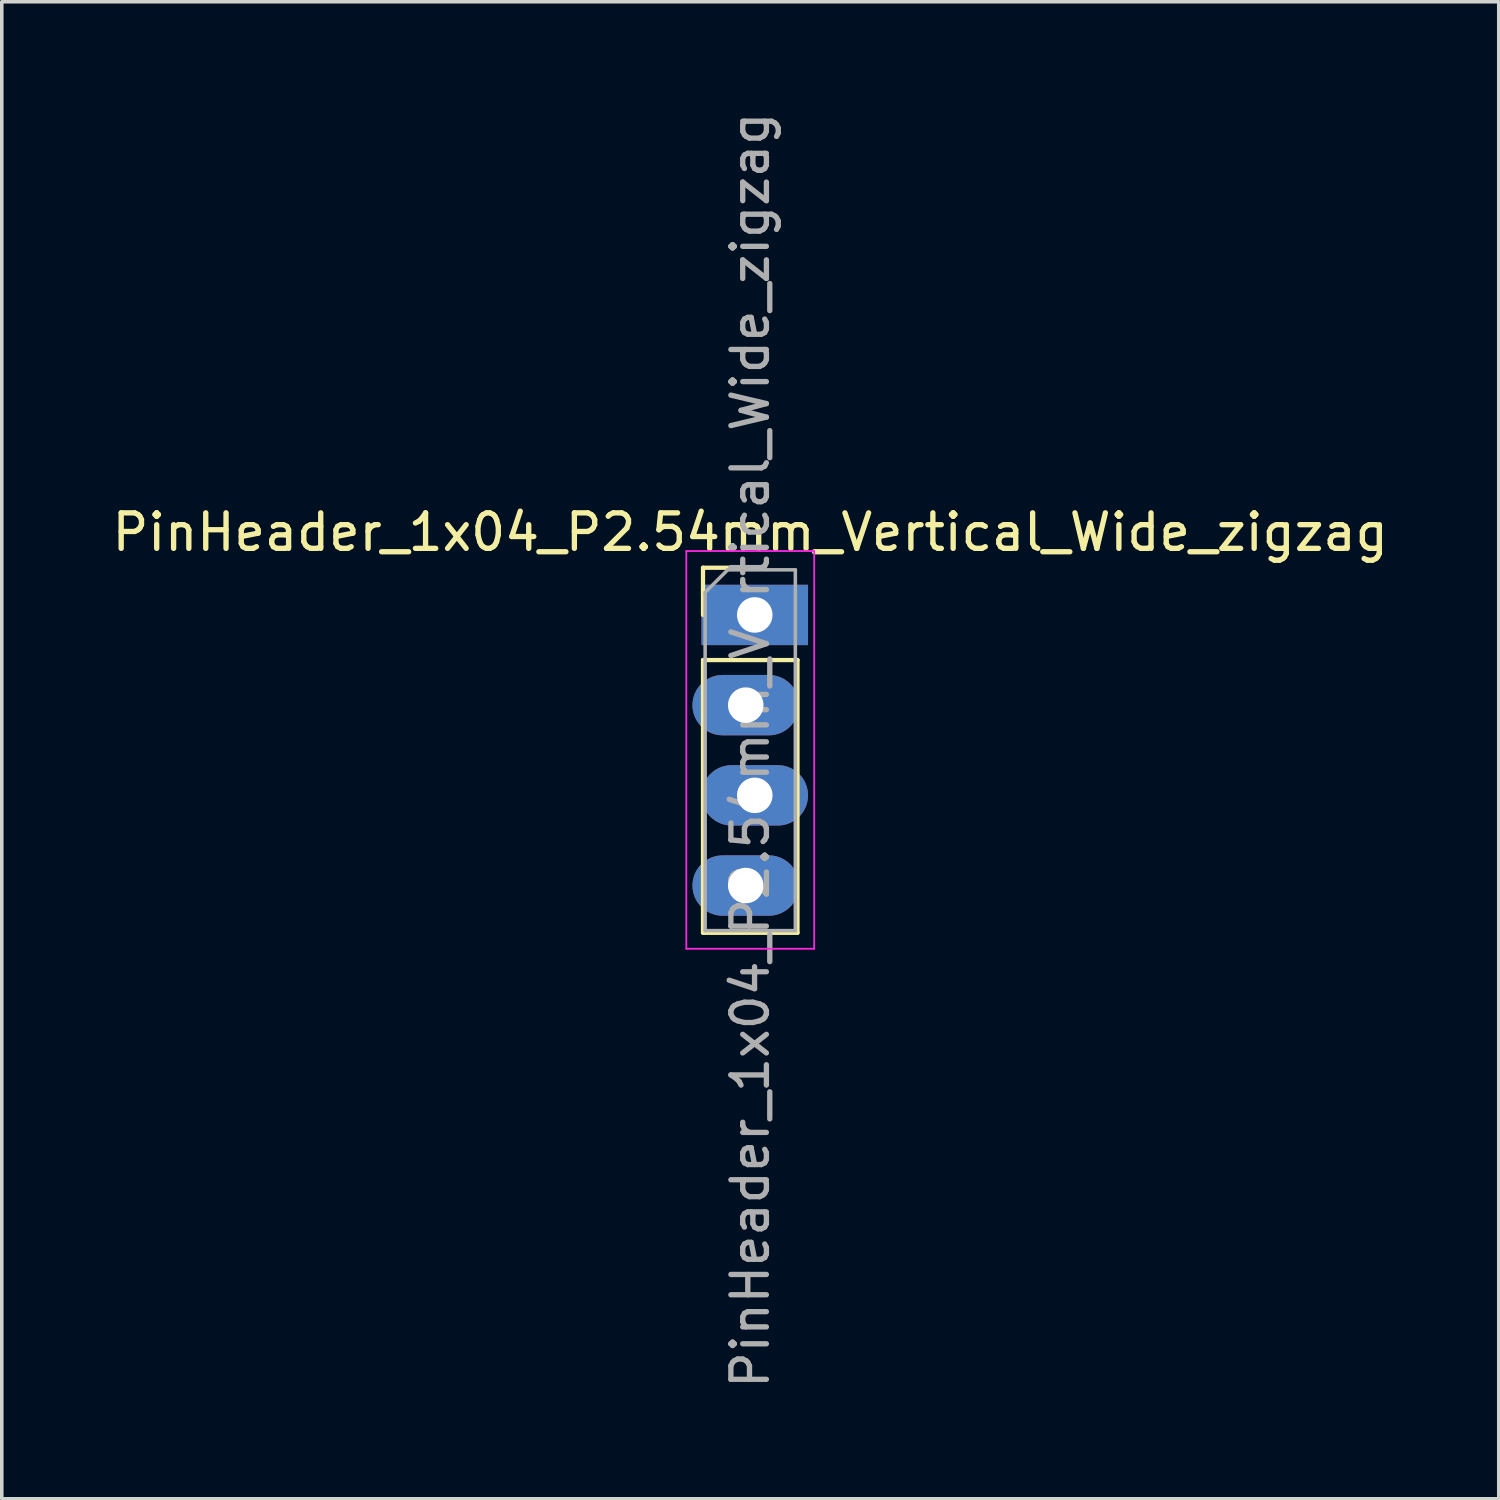
<source format=kicad_pcb>
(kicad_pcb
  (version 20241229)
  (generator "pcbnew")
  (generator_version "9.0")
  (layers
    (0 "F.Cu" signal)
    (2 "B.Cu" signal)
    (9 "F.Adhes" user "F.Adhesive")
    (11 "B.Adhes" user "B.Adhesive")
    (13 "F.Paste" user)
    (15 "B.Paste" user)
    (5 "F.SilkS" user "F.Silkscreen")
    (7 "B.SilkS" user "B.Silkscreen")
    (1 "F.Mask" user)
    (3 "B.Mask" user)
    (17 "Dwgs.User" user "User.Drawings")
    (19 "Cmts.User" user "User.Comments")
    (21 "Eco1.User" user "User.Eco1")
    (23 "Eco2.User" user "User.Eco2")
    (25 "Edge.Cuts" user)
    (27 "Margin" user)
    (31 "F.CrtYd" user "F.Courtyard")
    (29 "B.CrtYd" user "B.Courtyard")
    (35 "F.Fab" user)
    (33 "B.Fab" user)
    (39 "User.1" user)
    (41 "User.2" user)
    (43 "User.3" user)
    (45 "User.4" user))
  (footprint "PinHeader_1x04_P2.54mm_Vertical_Wide_zigzag"
    (layer "F.Cu")
    (at 18.077 14.267)
    (property "Reference" "PinHeader_1x04_P2.54mm_Vertical_Wide_zigzag" (at 0 -2.33 0) (layer "F.SilkS") (effects (font (size 1 1) (thickness 0.15))))
    (attr through_hole)
    (fp_line (start -1.33 -1.33) (end 0 -1.33) (stroke (width 0.12) (type solid)) (layer "F.SilkS"))
    (fp_line (start -1.33 0) (end -1.33 -1.33) (stroke (width 0.12) (type solid)) (layer "F.SilkS"))
    (fp_line (start -1.33 1.27) (end -1.33 8.95) (stroke (width 0.12) (type solid)) (layer "F.SilkS"))
    (fp_line (start -1.33 1.27) (end 1.33 1.27) (stroke (width 0.12) (type solid)) (layer "F.SilkS"))
    (fp_line (start -1.33 8.95) (end 1.33 8.95) (stroke (width 0.12) (type solid)) (layer "F.SilkS"))
    (fp_line (start 1.33 1.27) (end 1.33 8.95) (stroke (width 0.12) (type solid)) (layer "F.SilkS"))
    (fp_line (start -1.8 -1.8) (end -1.8 9.4) (stroke (width 0.05) (type solid)) (layer "F.CrtYd"))
    (fp_line (start -1.8 9.4) (end 1.8 9.4) (stroke (width 0.05) (type solid)) (layer "F.CrtYd"))
    (fp_line (start 1.8 -1.8) (end -1.8 -1.8) (stroke (width 0.05) (type solid)) (layer "F.CrtYd"))
    (fp_line (start 1.8 9.4) (end 1.8 -1.8) (stroke (width 0.05) (type solid)) (layer "F.CrtYd"))
    (fp_line (start -1.27 -0.635) (end -0.635 -1.27) (stroke (width 0.1) (type solid)) (layer "F.Fab"))
    (fp_line (start -1.27 8.89) (end -1.27 -0.635) (stroke (width 0.1) (type solid)) (layer "F.Fab"))
    (fp_line (start -0.635 -1.27) (end 1.27 -1.27) (stroke (width 0.1) (type solid)) (layer "F.Fab"))
    (fp_line (start 1.27 -1.27) (end 1.27 8.89) (stroke (width 0.1) (type solid)) (layer "F.Fab"))
    (fp_line (start 1.27 8.89) (end -1.27 8.89) (stroke (width 0.1) (type solid)) (layer "F.Fab"))
    (fp_text user "${REFERENCE}" (at 0 3.81 90) (layer "F.Fab") (effects (font (size 1 1) (thickness 0.15))))
    (pad "1" thru_hole rect (at 0.127 0) (size 3 1.7) (drill 1) (layers "*.Cu" "*.Mask"))
    (pad "2" thru_hole oval (at -0.127 2.54) (size 3 1.7) (drill 1) (layers "*.Cu" "*.Mask"))
    (pad "3" thru_hole oval (at 0.127 5.08) (size 3 1.7) (drill 1) (layers "*.Cu" "*.Mask"))
    (pad "4" thru_hole oval (at -0.127 7.62) (size 3 1.7) (drill 1) (layers "*.Cu" "*.Mask")))
  (gr_rect
    (start -3 -3)
    (end 39.155 39.155)
    (stroke (width 0.1) (type default))
    (fill no)
    (layer "Edge.Cuts")))
</source>
